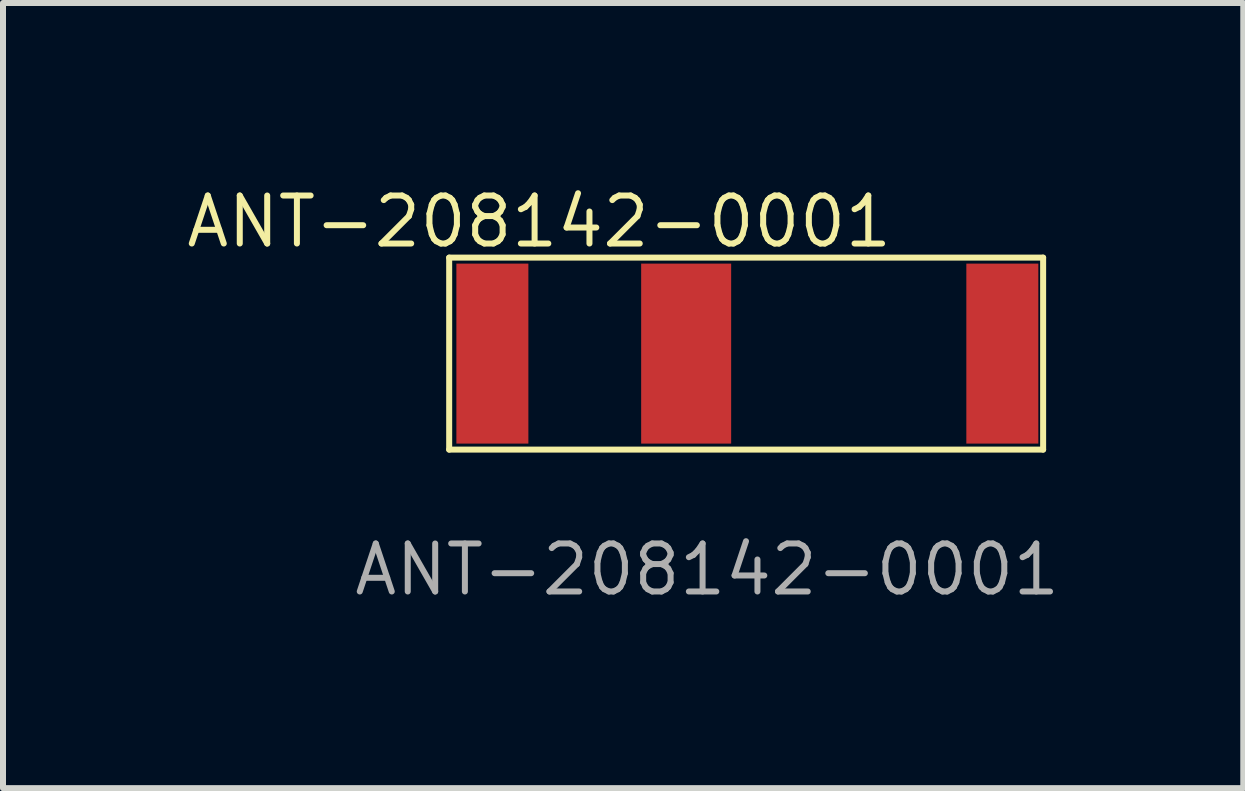
<source format=kicad_pcb>
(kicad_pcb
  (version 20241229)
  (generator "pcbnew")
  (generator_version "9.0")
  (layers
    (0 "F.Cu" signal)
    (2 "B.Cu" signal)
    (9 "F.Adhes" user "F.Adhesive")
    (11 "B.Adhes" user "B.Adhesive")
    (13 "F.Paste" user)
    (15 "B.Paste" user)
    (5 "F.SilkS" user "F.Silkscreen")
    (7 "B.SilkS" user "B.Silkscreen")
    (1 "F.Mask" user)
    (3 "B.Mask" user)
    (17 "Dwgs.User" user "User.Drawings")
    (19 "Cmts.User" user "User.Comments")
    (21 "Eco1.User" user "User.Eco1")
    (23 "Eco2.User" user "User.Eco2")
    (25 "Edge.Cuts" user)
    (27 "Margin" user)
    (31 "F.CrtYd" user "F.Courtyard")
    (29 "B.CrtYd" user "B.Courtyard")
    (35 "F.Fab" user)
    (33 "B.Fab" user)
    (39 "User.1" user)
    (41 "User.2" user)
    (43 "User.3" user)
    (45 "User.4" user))
  (footprint "ANT-208142-0001"
    (layer "F.Cu")
    (at 5.137 2.844)
    (property "Reference" "ANT-208142-0001" (at 0.8 -2.2 0) (unlocked yes) (layer "F.SilkS") (effects (font (size 0.8 0.8) (thickness 0.1))))
    (attr smd)
    (fp_line (start -0.7 -1.6) (end -0.7 1.6) (stroke (width 0.1) (type default)) (layer "F.SilkS"))
    (fp_line (start -0.7 1.6) (end 9.2 1.6) (stroke (width 0.1) (type default)) (layer "F.SilkS"))
    (fp_line (start 9.2 -1.6) (end -0.7 -1.6) (stroke (width 0.1) (type default)) (layer "F.SilkS"))
    (fp_line (start 9.2 1.6) (end 9.2 -1.6) (stroke (width 0.1) (type default)) (layer "F.SilkS"))
    (fp_text user "${REFERENCE}" (at 3.6 3.6 0) (unlocked yes) (layer "F.Fab") (effects (font (size 0.8 0.8) (thickness 0.1))))
    (pad "1" smd rect (at 0.02 0) (size 1.2 3) (layers "F.Cu" "F.Mask" "F.Paste"))
    (pad "2" smd rect (at 3.25 0) (size 1.5 3) (layers "F.Cu" "F.Mask" "F.Paste"))
    (pad "3" smd rect (at 8.52 0) (size 1.2 3) (layers "F.Cu" "F.Mask" "F.Paste")))
  (gr_rect
    (start -3 -3)
    (end 17.673 10.087)
    (stroke (width 0.1) (type default))
    (fill no)
    (layer "Edge.Cuts")))
</source>
